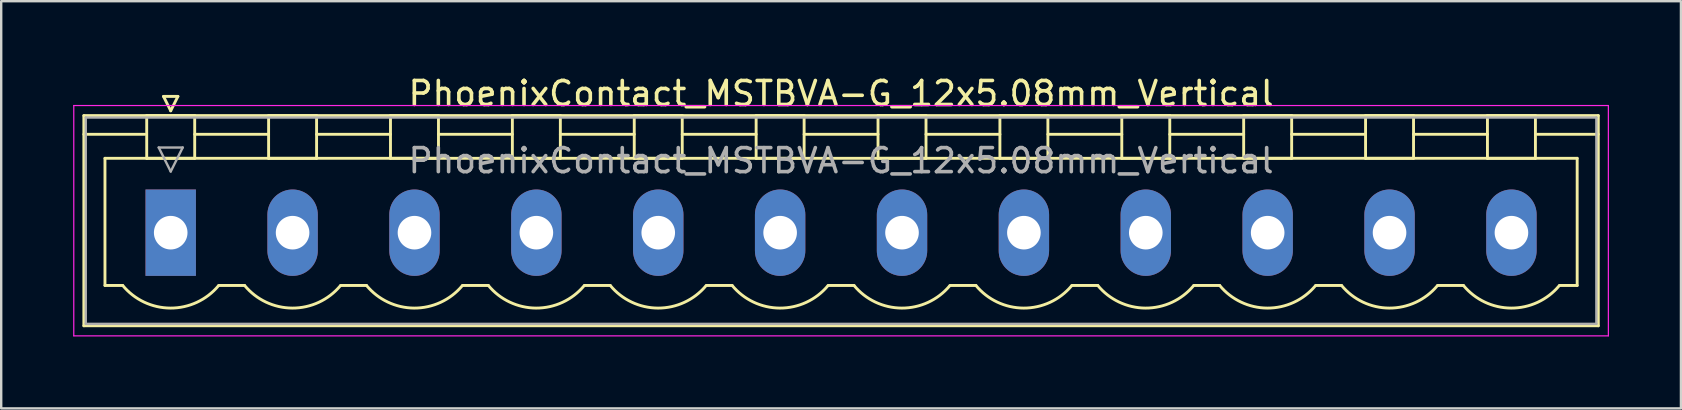
<source format=kicad_pcb>
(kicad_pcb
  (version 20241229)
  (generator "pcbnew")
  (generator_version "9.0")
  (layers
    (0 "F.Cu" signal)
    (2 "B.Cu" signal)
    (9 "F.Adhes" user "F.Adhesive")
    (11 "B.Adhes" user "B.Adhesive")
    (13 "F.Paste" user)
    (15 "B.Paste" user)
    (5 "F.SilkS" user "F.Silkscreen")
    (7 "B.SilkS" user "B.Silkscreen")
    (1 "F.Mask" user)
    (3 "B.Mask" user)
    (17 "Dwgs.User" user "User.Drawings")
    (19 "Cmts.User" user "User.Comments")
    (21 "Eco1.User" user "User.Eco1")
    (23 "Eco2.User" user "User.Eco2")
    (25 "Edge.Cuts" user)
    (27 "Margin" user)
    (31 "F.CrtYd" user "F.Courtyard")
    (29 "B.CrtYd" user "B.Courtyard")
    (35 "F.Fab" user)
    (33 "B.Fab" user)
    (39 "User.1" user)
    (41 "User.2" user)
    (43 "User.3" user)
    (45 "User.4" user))
  (footprint "PhoenixContact_MSTBVA-G_12x5.08mm_Vertical"
    (layer "F.Cu")
    (at 4.065 6.648)
    (property "Reference" "PhoenixContact_MSTBVA-G_12x5.08mm_Vertical" (at 27.94 -5.8 0) (layer "F.SilkS") (effects (font (size 1 1) (thickness 0.15))))
    (attr through_hole)
    (fp_line (start -3.62 -4.88) (end -3.62 3.88) (stroke (width 0.12) (type solid)) (layer "F.SilkS"))
    (fp_line (start -3.62 -4.1) (end -1.08 -4.1) (stroke (width 0.12) (type solid)) (layer "F.SilkS"))
    (fp_line (start -3.62 3.88) (end 59.5 3.88) (stroke (width 0.12) (type solid)) (layer "F.SilkS"))
    (fp_line (start -2.74 -3.1) (end 58.62 -3.1) (stroke (width 0.12) (type solid)) (layer "F.SilkS"))
    (fp_line (start -2.74 2.2) (end -2.74 -3.1) (stroke (width 0.12) (type solid)) (layer "F.SilkS"))
    (fp_line (start -2 2.2) (end -2.74 2.2) (stroke (width 0.12) (type solid)) (layer "F.SilkS"))
    (fp_line (start -1 -4.88) (end 1 -4.88) (stroke (width 0.12) (type solid)) (layer "F.SilkS"))
    (fp_line (start -1 -3.1) (end -1 -4.88) (stroke (width 0.12) (type solid)) (layer "F.SilkS"))
    (fp_line (start -0.3 -5.68) (end 0.3 -5.68) (stroke (width 0.12) (type solid)) (layer "F.SilkS"))
    (fp_line (start 0 -5.08) (end -0.3 -5.68) (stroke (width 0.12) (type solid)) (layer "F.SilkS"))
    (fp_line (start 0.3 -5.68) (end 0 -5.08) (stroke (width 0.12) (type solid)) (layer "F.SilkS"))
    (fp_line (start 1 -4.88) (end 1 -3.1) (stroke (width 0.12) (type solid)) (layer "F.SilkS"))
    (fp_line (start 1 -4.1) (end 4.08 -4.1) (stroke (width 0.12) (type solid)) (layer "F.SilkS"))
    (fp_line (start 1 -3.1) (end -1 -3.1) (stroke (width 0.12) (type solid)) (layer "F.SilkS"))
    (fp_line (start 2 2.2) (end 3.08 2.2) (stroke (width 0.12) (type solid)) (layer "F.SilkS"))
    (fp_line (start 4.08 -4.88) (end 6.08 -4.88) (stroke (width 0.12) (type solid)) (layer "F.SilkS"))
    (fp_line (start 4.08 -3.1) (end 4.08 -4.88) (stroke (width 0.12) (type solid)) (layer "F.SilkS"))
    (fp_line (start 6.08 -4.88) (end 6.08 -3.1) (stroke (width 0.12) (type solid)) (layer "F.SilkS"))
    (fp_line (start 6.08 -4.1) (end 9.16 -4.1) (stroke (width 0.12) (type solid)) (layer "F.SilkS"))
    (fp_line (start 6.08 -3.1) (end 4.08 -3.1) (stroke (width 0.12) (type solid)) (layer "F.SilkS"))
    (fp_line (start 7.08 2.2) (end 8.16 2.2) (stroke (width 0.12) (type solid)) (layer "F.SilkS"))
    (fp_line (start 9.16 -4.88) (end 11.16 -4.88) (stroke (width 0.12) (type solid)) (layer "F.SilkS"))
    (fp_line (start 9.16 -3.1) (end 9.16 -4.88) (stroke (width 0.12) (type solid)) (layer "F.SilkS"))
    (fp_line (start 11.16 -4.88) (end 11.16 -3.1) (stroke (width 0.12) (type solid)) (layer "F.SilkS"))
    (fp_line (start 11.16 -4.1) (end 14.24 -4.1) (stroke (width 0.12) (type solid)) (layer "F.SilkS"))
    (fp_line (start 11.16 -3.1) (end 9.16 -3.1) (stroke (width 0.12) (type solid)) (layer "F.SilkS"))
    (fp_line (start 12.16 2.2) (end 13.24 2.2) (stroke (width 0.12) (type solid)) (layer "F.SilkS"))
    (fp_line (start 14.24 -4.88) (end 16.24 -4.88) (stroke (width 0.12) (type solid)) (layer "F.SilkS"))
    (fp_line (start 14.24 -3.1) (end 14.24 -4.88) (stroke (width 0.12) (type solid)) (layer "F.SilkS"))
    (fp_line (start 16.24 -4.88) (end 16.24 -3.1) (stroke (width 0.12) (type solid)) (layer "F.SilkS"))
    (fp_line (start 16.24 -4.1) (end 19.32 -4.1) (stroke (width 0.12) (type solid)) (layer "F.SilkS"))
    (fp_line (start 16.24 -3.1) (end 14.24 -3.1) (stroke (width 0.12) (type solid)) (layer "F.SilkS"))
    (fp_line (start 17.24 2.2) (end 18.32 2.2) (stroke (width 0.12) (type solid)) (layer "F.SilkS"))
    (fp_line (start 19.32 -4.88) (end 21.32 -4.88) (stroke (width 0.12) (type solid)) (layer "F.SilkS"))
    (fp_line (start 19.32 -3.1) (end 19.32 -4.88) (stroke (width 0.12) (type solid)) (layer "F.SilkS"))
    (fp_line (start 21.32 -4.88) (end 21.32 -3.1) (stroke (width 0.12) (type solid)) (layer "F.SilkS"))
    (fp_line (start 21.32 -4.1) (end 24.4 -4.1) (stroke (width 0.12) (type solid)) (layer "F.SilkS"))
    (fp_line (start 21.32 -3.1) (end 19.32 -3.1) (stroke (width 0.12) (type solid)) (layer "F.SilkS"))
    (fp_line (start 22.32 2.2) (end 23.4 2.2) (stroke (width 0.12) (type solid)) (layer "F.SilkS"))
    (fp_line (start 24.4 -4.88) (end 26.4 -4.88) (stroke (width 0.12) (type solid)) (layer "F.SilkS"))
    (fp_line (start 24.4 -3.1) (end 24.4 -4.88) (stroke (width 0.12) (type solid)) (layer "F.SilkS"))
    (fp_line (start 26.4 -4.88) (end 26.4 -3.1) (stroke (width 0.12) (type solid)) (layer "F.SilkS"))
    (fp_line (start 26.4 -4.1) (end 29.48 -4.1) (stroke (width 0.12) (type solid)) (layer "F.SilkS"))
    (fp_line (start 26.4 -3.1) (end 24.4 -3.1) (stroke (width 0.12) (type solid)) (layer "F.SilkS"))
    (fp_line (start 27.4 2.2) (end 28.48 2.2) (stroke (width 0.12) (type solid)) (layer "F.SilkS"))
    (fp_line (start 29.48 -4.88) (end 31.48 -4.88) (stroke (width 0.12) (type solid)) (layer "F.SilkS"))
    (fp_line (start 29.48 -3.1) (end 29.48 -4.88) (stroke (width 0.12) (type solid)) (layer "F.SilkS"))
    (fp_line (start 31.48 -4.88) (end 31.48 -3.1) (stroke (width 0.12) (type solid)) (layer "F.SilkS"))
    (fp_line (start 31.48 -4.1) (end 34.56 -4.1) (stroke (width 0.12) (type solid)) (layer "F.SilkS"))
    (fp_line (start 31.48 -3.1) (end 29.48 -3.1) (stroke (width 0.12) (type solid)) (layer "F.SilkS"))
    (fp_line (start 32.48 2.2) (end 33.56 2.2) (stroke (width 0.12) (type solid)) (layer "F.SilkS"))
    (fp_line (start 34.56 -4.88) (end 36.56 -4.88) (stroke (width 0.12) (type solid)) (layer "F.SilkS"))
    (fp_line (start 34.56 -3.1) (end 34.56 -4.88) (stroke (width 0.12) (type solid)) (layer "F.SilkS"))
    (fp_line (start 36.56 -4.88) (end 36.56 -3.1) (stroke (width 0.12) (type solid)) (layer "F.SilkS"))
    (fp_line (start 36.56 -4.1) (end 39.64 -4.1) (stroke (width 0.12) (type solid)) (layer "F.SilkS"))
    (fp_line (start 36.56 -3.1) (end 34.56 -3.1) (stroke (width 0.12) (type solid)) (layer "F.SilkS"))
    (fp_line (start 37.56 2.2) (end 38.64 2.2) (stroke (width 0.12) (type solid)) (layer "F.SilkS"))
    (fp_line (start 39.64 -4.88) (end 41.64 -4.88) (stroke (width 0.12) (type solid)) (layer "F.SilkS"))
    (fp_line (start 39.64 -3.1) (end 39.64 -4.88) (stroke (width 0.12) (type solid)) (layer "F.SilkS"))
    (fp_line (start 41.64 -4.88) (end 41.64 -3.1) (stroke (width 0.12) (type solid)) (layer "F.SilkS"))
    (fp_line (start 41.64 -4.1) (end 44.72 -4.1) (stroke (width 0.12) (type solid)) (layer "F.SilkS"))
    (fp_line (start 41.64 -3.1) (end 39.64 -3.1) (stroke (width 0.12) (type solid)) (layer "F.SilkS"))
    (fp_line (start 42.64 2.2) (end 43.72 2.2) (stroke (width 0.12) (type solid)) (layer "F.SilkS"))
    (fp_line (start 44.72 -4.88) (end 46.72 -4.88) (stroke (width 0.12) (type solid)) (layer "F.SilkS"))
    (fp_line (start 44.72 -3.1) (end 44.72 -4.88) (stroke (width 0.12) (type solid)) (layer "F.SilkS"))
    (fp_line (start 46.72 -4.88) (end 46.72 -3.1) (stroke (width 0.12) (type solid)) (layer "F.SilkS"))
    (fp_line (start 46.72 -4.1) (end 49.8 -4.1) (stroke (width 0.12) (type solid)) (layer "F.SilkS"))
    (fp_line (start 46.72 -3.1) (end 44.72 -3.1) (stroke (width 0.12) (type solid)) (layer "F.SilkS"))
    (fp_line (start 47.72 2.2) (end 48.8 2.2) (stroke (width 0.12) (type solid)) (layer "F.SilkS"))
    (fp_line (start 49.8 -4.88) (end 51.8 -4.88) (stroke (width 0.12) (type solid)) (layer "F.SilkS"))
    (fp_line (start 49.8 -3.1) (end 49.8 -4.88) (stroke (width 0.12) (type solid)) (layer "F.SilkS"))
    (fp_line (start 51.8 -4.88) (end 51.8 -3.1) (stroke (width 0.12) (type solid)) (layer "F.SilkS"))
    (fp_line (start 51.8 -4.1) (end 54.88 -4.1) (stroke (width 0.12) (type solid)) (layer "F.SilkS"))
    (fp_line (start 51.8 -3.1) (end 49.8 -3.1) (stroke (width 0.12) (type solid)) (layer "F.SilkS"))
    (fp_line (start 52.8 2.2) (end 53.88 2.2) (stroke (width 0.12) (type solid)) (layer "F.SilkS"))
    (fp_line (start 54.88 -4.88) (end 56.88 -4.88) (stroke (width 0.12) (type solid)) (layer "F.SilkS"))
    (fp_line (start 54.88 -3.1) (end 54.88 -4.88) (stroke (width 0.12) (type solid)) (layer "F.SilkS"))
    (fp_line (start 56.88 -4.88) (end 56.88 -3.1) (stroke (width 0.12) (type solid)) (layer "F.SilkS"))
    (fp_line (start 56.88 -3.1) (end 54.88 -3.1) (stroke (width 0.12) (type solid)) (layer "F.SilkS"))
    (fp_line (start 58.62 -3.1) (end 58.62 2.2) (stroke (width 0.12) (type solid)) (layer "F.SilkS"))
    (fp_line (start 58.62 2.2) (end 57.88 2.2) (stroke (width 0.12) (type solid)) (layer "F.SilkS"))
    (fp_line (start 59.5 -4.88) (end -3.62 -4.88) (stroke (width 0.12) (type solid)) (layer "F.SilkS"))
    (fp_line (start 59.5 -4.1) (end 56.96 -4.1) (stroke (width 0.12) (type solid)) (layer "F.SilkS"))
    (fp_line (start 59.5 3.88) (end 59.5 -4.88) (stroke (width 0.12) (type solid)) (layer "F.SilkS"))
    (fp_arc (start 1.986842 2.215821) (mid -0.010289 3.142758) (end -2 2.2) (stroke (width 0.12) (type solid)) (layer "F.SilkS"))
    (fp_arc (start 7.066842 2.215821) (mid 5.069711 3.142758) (end 3.08 2.2) (stroke (width 0.12) (type solid)) (layer "F.SilkS"))
    (fp_arc (start 12.146842 2.215821) (mid 10.149711 3.142758) (end 8.16 2.2) (stroke (width 0.12) (type solid)) (layer "F.SilkS"))
    (fp_arc (start 17.226842 2.215821) (mid 15.229711 3.142758) (end 13.24 2.2) (stroke (width 0.12) (type solid)) (layer "F.SilkS"))
    (fp_arc (start 22.306842 2.215821) (mid 20.309711 3.142758) (end 18.32 2.2) (stroke (width 0.12) (type solid)) (layer "F.SilkS"))
    (fp_arc (start 27.386842 2.215821) (mid 25.389711 3.142758) (end 23.4 2.2) (stroke (width 0.12) (type solid)) (layer "F.SilkS"))
    (fp_arc (start 32.466842 2.215821) (mid 30.469711 3.142758) (end 28.48 2.2) (stroke (width 0.12) (type solid)) (layer "F.SilkS"))
    (fp_arc (start 37.546842 2.215821) (mid 35.549711 3.142758) (end 33.56 2.2) (stroke (width 0.12) (type solid)) (layer "F.SilkS"))
    (fp_arc (start 42.626842 2.215821) (mid 40.629711 3.142758) (end 38.64 2.2) (stroke (width 0.12) (type solid)) (layer "F.SilkS"))
    (fp_arc (start 47.706842 2.215821) (mid 45.709711 3.142758) (end 43.72 2.2) (stroke (width 0.12) (type solid)) (layer "F.SilkS"))
    (fp_arc (start 52.786842 2.215821) (mid 50.789711 3.142758) (end 48.8 2.2) (stroke (width 0.12) (type solid)) (layer "F.SilkS"))
    (fp_arc (start 57.866842 2.215821) (mid 55.869711 3.142758) (end 53.88 2.2) (stroke (width 0.12) (type solid)) (layer "F.SilkS"))
    (fp_line (start -4.04 -5.3) (end -4.04 4.3) (stroke (width 0.05) (type solid)) (layer "F.CrtYd"))
    (fp_line (start -4.04 4.3) (end 59.92 4.3) (stroke (width 0.05) (type solid)) (layer "F.CrtYd"))
    (fp_line (start 59.92 -5.3) (end -4.04 -5.3) (stroke (width 0.05) (type solid)) (layer "F.CrtYd"))
    (fp_line (start 59.92 4.3) (end 59.92 -5.3) (stroke (width 0.05) (type solid)) (layer "F.CrtYd"))
    (fp_line (start -3.54 -4.8) (end -3.54 3.8) (stroke (width 0.1) (type solid)) (layer "F.Fab"))
    (fp_line (start -3.54 3.8) (end 59.42 3.8) (stroke (width 0.1) (type solid)) (layer "F.Fab"))
    (fp_line (start -0.5 -3.55) (end 0.5 -3.55) (stroke (width 0.1) (type solid)) (layer "F.Fab"))
    (fp_line (start 0 -2.55) (end -0.5 -3.55) (stroke (width 0.1) (type solid)) (layer "F.Fab"))
    (fp_line (start 0.5 -3.55) (end 0 -2.55) (stroke (width 0.1) (type solid)) (layer "F.Fab"))
    (fp_line (start 59.42 -4.8) (end -3.54 -4.8) (stroke (width 0.1) (type solid)) (layer "F.Fab"))
    (fp_line (start 59.42 3.8) (end 59.42 -4.8) (stroke (width 0.1) (type solid)) (layer "F.Fab"))
    (fp_text user "${REFERENCE}" (at 27.94 -3 0) (layer "F.Fab") (effects (font (size 1 1) (thickness 0.15))))
    (pad "1" thru_hole rect (at 0 0) (size 2.1 3.6) (drill 1.4) (layers "*.Cu" "*.Mask"))
    (pad "2" thru_hole oval (at 5.08 0) (size 2.1 3.6) (drill 1.4) (layers "*.Cu" "*.Mask"))
    (pad "3" thru_hole oval (at 10.16 0) (size 2.1 3.6) (drill 1.4) (layers "*.Cu" "*.Mask"))
    (pad "4" thru_hole oval (at 15.24 0) (size 2.1 3.6) (drill 1.4) (layers "*.Cu" "*.Mask"))
    (pad "5" thru_hole oval (at 20.32 0) (size 2.1 3.6) (drill 1.4) (layers "*.Cu" "*.Mask"))
    (pad "6" thru_hole oval (at 25.4 0) (size 2.1 3.6) (drill 1.4) (layers "*.Cu" "*.Mask"))
    (pad "7" thru_hole oval (at 30.48 0) (size 2.1 3.6) (drill 1.4) (layers "*.Cu" "*.Mask"))
    (pad "8" thru_hole oval (at 35.56 0) (size 2.1 3.6) (drill 1.4) (layers "*.Cu" "*.Mask"))
    (pad "9" thru_hole oval (at 40.64 0) (size 2.1 3.6) (drill 1.4) (layers "*.Cu" "*.Mask"))
    (pad "10" thru_hole oval (at 45.72 0) (size 2.1 3.6) (drill 1.4) (layers "*.Cu" "*.Mask"))
    (pad "11" thru_hole oval (at 50.8 0) (size 2.1 3.6) (drill 1.4) (layers "*.Cu" "*.Mask"))
    (pad "12" thru_hole oval (at 55.88 0) (size 2.1 3.6) (drill 1.4) (layers "*.Cu" "*.Mask")))
  (gr_rect
    (start -3 -3)
    (end 67.01 13.973)
    (stroke (width 0.1) (type default))
    (fill no)
    (layer "Edge.Cuts")))
</source>
